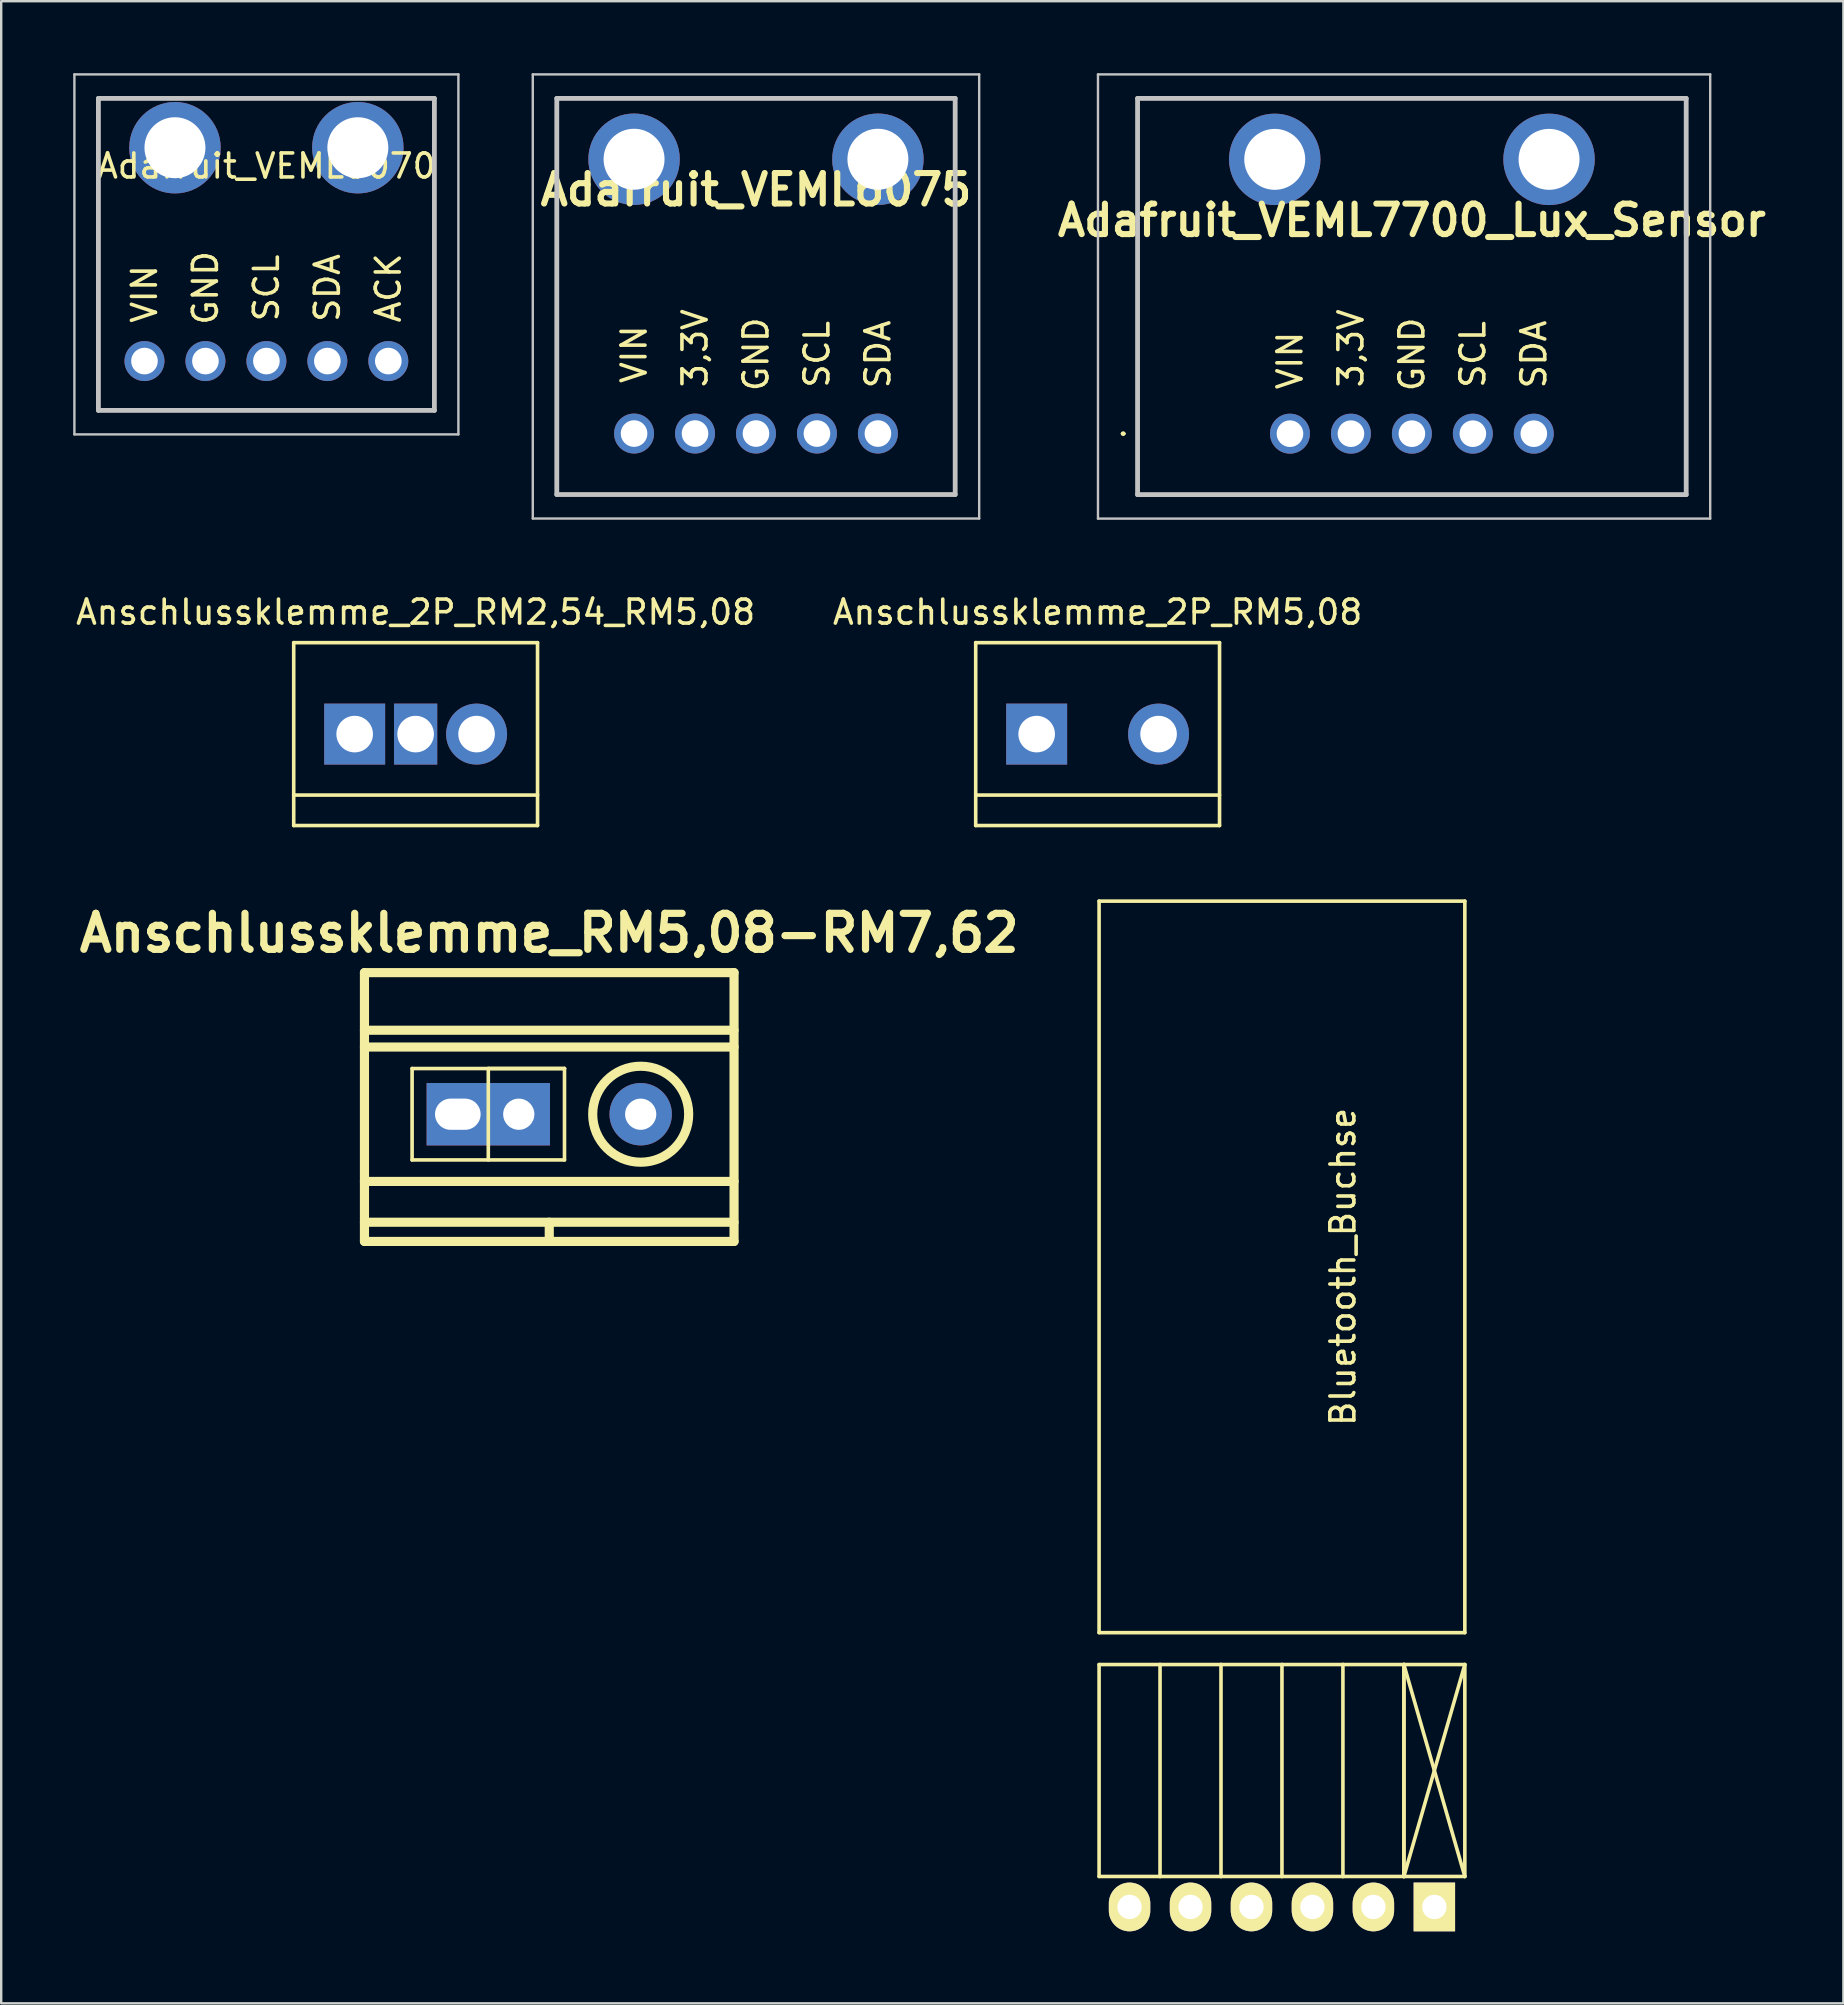
<source format=kicad_pcb>
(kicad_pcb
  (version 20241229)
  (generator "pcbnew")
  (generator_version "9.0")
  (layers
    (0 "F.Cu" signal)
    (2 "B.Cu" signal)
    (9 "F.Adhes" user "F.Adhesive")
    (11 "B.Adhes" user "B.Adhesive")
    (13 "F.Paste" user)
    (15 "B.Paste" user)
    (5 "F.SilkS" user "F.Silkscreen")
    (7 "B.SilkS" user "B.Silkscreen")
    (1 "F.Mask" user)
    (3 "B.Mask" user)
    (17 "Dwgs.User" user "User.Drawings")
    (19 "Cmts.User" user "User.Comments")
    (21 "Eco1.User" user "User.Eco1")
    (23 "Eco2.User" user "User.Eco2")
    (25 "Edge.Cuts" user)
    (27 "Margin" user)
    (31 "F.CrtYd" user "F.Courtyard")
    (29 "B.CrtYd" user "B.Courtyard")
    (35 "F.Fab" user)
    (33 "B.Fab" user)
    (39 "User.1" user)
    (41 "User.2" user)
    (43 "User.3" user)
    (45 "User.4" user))
  (footprint "Anschlussklemme_RM5,08-RM7,62"
    (layer "F.Cu")
    (at 19.836 43.377)
    (property "Reference" "Anschlussklemme_RM5,08-RM7,62" (at 0 -7.55 0) (layer "F.SilkS") (effects (font (size 1.5 1.5) (thickness 0.3))))
    (fp_line (start -7.7 -5.9) (end -7.7 5.3) (stroke (width 0.381) (type solid)) (layer "F.SilkS"))
    (fp_line (start -7.7 -5.9) (end 7.7 -5.9) (stroke (width 0.381) (type solid)) (layer "F.SilkS"))
    (fp_line (start -7.7 -3.5) (end 7.7 -3.5) (stroke (width 0.381) (type solid)) (layer "F.SilkS"))
    (fp_line (start -7.7 -2.8) (end 7.7 -2.8) (stroke (width 0.381) (type solid)) (layer "F.SilkS"))
    (fp_line (start -7.7 2.8) (end 7.7 2.8) (stroke (width 0.381) (type solid)) (layer "F.SilkS"))
    (fp_line (start -7.7 4.5) (end 7.7 4.5) (stroke (width 0.381) (type solid)) (layer "F.SilkS"))
    (fp_line (start -7.7 5.3) (end 7.7 5.3) (stroke (width 0.381) (type solid)) (layer "F.SilkS"))
    (fp_line (start -5.715 -1.905) (end 0.635 -1.905) (stroke (width 0.15) (type solid)) (layer "F.SilkS"))
    (fp_line (start -5.715 1.905) (end -5.715 -1.905) (stroke (width 0.15) (type solid)) (layer "F.SilkS"))
    (fp_line (start -2.54 -1.905) (end -2.54 1.905) (stroke (width 0.15) (type solid)) (layer "F.SilkS"))
    (fp_line (start 0 4.5) (end 0 5.3) (stroke (width 0.381) (type solid)) (layer "F.SilkS"))
    (fp_line (start 0.635 -1.905) (end -2.54 -1.905) (stroke (width 0.15) (type solid)) (layer "F.SilkS"))
    (fp_line (start 0.635 -1.905) (end 0.635 1.905) (stroke (width 0.15) (type solid)) (layer "F.SilkS"))
    (fp_line (start 0.635 1.905) (end -5.715 1.905) (stroke (width 0.15) (type solid)) (layer "F.SilkS"))
    (fp_line (start 7.7 -5.9) (end 7.7 5.3) (stroke (width 0.381) (type solid)) (layer "F.SilkS"))
    (fp_circle (center 3.81 0) (end 1.81 0) (stroke (width 0.381) (type solid)) (fill no) (layer "F.SilkS"))
    (pad "1" thru_hole rect (at -3.81 0) (size 2.6 2.6) (drill oval 1.9 1.3) (layers "*.Cu" "*.Mask"))
    (pad "1" thru_hole rect (at -1.27 0) (size 2.6 2.6) (drill 1.3) (layers "*.Cu" "*.Mask"))
    (pad "2" thru_hole circle (at 3.81 0) (size 2.6 2.6) (drill 1.3) (layers "*.Cu" "*.Mask")))
  (footprint "Anschlussklemme_2P_RM5,08"
    (layer "F.Cu")
    (at 42.685 27.538)
    (property "Reference" "Anschlussklemme_2P_RM5,08" (at 0 -5.08 0) (layer "F.SilkS") (effects (font (size 1 1) (thickness 0.15))))
    (fp_line (start -5.08 -3.81) (end -5.08 3.81) (stroke (width 0.15) (type solid)) (layer "F.SilkS"))
    (fp_line (start -5.08 3.81) (end 5.08 3.81) (stroke (width 0.15) (type solid)) (layer "F.SilkS"))
    (fp_line (start 5.08 -3.81) (end -5.08 -3.81) (stroke (width 0.15) (type solid)) (layer "F.SilkS"))
    (fp_line (start 5.08 2.54) (end -5.08 2.54) (stroke (width 0.15) (type solid)) (layer "F.SilkS"))
    (fp_line (start 5.08 3.81) (end 5.08 -3.81) (stroke (width 0.15) (type solid)) (layer "F.SilkS"))
    (pad "1" thru_hole rect (at -2.54 0) (size 2.54 2.54) (drill 1.524) (layers "*.Cu" "*.Mask"))
    (pad "2" thru_hole circle (at 2.54 0) (size 2.54 2.54) (drill 1.524) (layers "*.Cu" "*.Mask")))
  (footprint "Adafruit_VEML7700_Lux_Sensor"
    (layer "F.Cu")
    (at 50.7 15.02)
    (property "Reference" "Adafruit_VEML7700_Lux_Sensor" (at 5.08 -8.89 180) (layer "F.SilkS") (effects (font (size 1.27 1.27) (thickness 0.254))))
    (attr through_hole)
    (fp_line (start -7 0) (end -7 0) (stroke (width 0.1) (type solid)) (layer "F.SilkS"))
    (fp_line (start -6.9 0) (end -6.9 0) (stroke (width 0.1) (type solid)) (layer "F.SilkS"))
    (fp_line (start -6.35 -13.97) (end 16.51 -13.97) (stroke (width 0.1) (type solid)) (layer "F.SilkS"))
    (fp_line (start -6.35 2.54) (end -6.35 -13.97) (stroke (width 0.1) (type solid)) (layer "F.SilkS"))
    (fp_line (start 16.51 -13.97) (end 16.51 2.54) (stroke (width 0.1) (type solid)) (layer "F.SilkS"))
    (fp_line (start 16.51 2.54) (end -6.35 2.54) (stroke (width 0.1) (type solid)) (layer "F.SilkS"))
    (fp_arc (start -7 0) (mid -6.95 -0.05) (end -6.9 0) (stroke (width 0.1) (type solid)) (layer "F.SilkS"))
    (fp_arc (start -6.9 0) (mid -6.95 0.05) (end -7 0) (stroke (width 0.1) (type solid)) (layer "F.SilkS"))
    (fp_line (start -8 -14.97) (end 17.51 -14.97) (stroke (width 0.1) (type solid)) (layer "Dwgs.User"))
    (fp_line (start -8 3.54) (end -8 -14.97) (stroke (width 0.1) (type solid)) (layer "Dwgs.User"))
    (fp_line (start -6.35 -13.97) (end 16.51 -13.97) (stroke (width 0.2) (type solid)) (layer "Dwgs.User"))
    (fp_line (start -6.35 2.54) (end -6.35 -13.97) (stroke (width 0.2) (type solid)) (layer "Dwgs.User"))
    (fp_line (start 16.51 -13.97) (end 16.51 2.54) (stroke (width 0.2) (type solid)) (layer "Dwgs.User"))
    (fp_line (start 16.51 2.54) (end -6.35 2.54) (stroke (width 0.2) (type solid)) (layer "Dwgs.User"))
    (fp_line (start 17.51 -14.97) (end 17.51 3.54) (stroke (width 0.1) (type solid)) (layer "Dwgs.User"))
    (fp_line (start 17.51 3.54) (end -8 3.54) (stroke (width 0.1) (type solid)) (layer "Dwgs.User"))
    (fp_text user "VIN" (at 0 -3.048 90) (layer "F.SilkS") (effects (font (size 1 1) (thickness 0.15))))
    (fp_text user "SDA" (at 10.16 -3.302 90) (layer "F.SilkS") (effects (font (size 1 1) (thickness 0.15))))
    (fp_text user "3,3V" (at 2.54 -3.556 90) (layer "F.SilkS") (effects (font (size 1 1) (thickness 0.15))))
    (fp_text user "SCL" (at 7.62 -3.302 90) (layer "F.SilkS") (effects (font (size 1 1) (thickness 0.15))))
    (fp_text user "GND" (at 5.08 -3.302 90) (layer "F.SilkS") (effects (font (size 1 1) (thickness 0.15))))
    (pad "1" thru_hole circle (at 0 0 90) (size 1.665 1.665) (drill 1.11) (layers "*.Cu" "*.Mask"))
    (pad "2" thru_hole circle (at 2.54 0 90) (size 1.665 1.665) (drill 1.11) (layers "*.Cu" "*.Mask"))
    (pad "3" thru_hole circle (at 5.08 0 90) (size 1.665 1.665) (drill 1.11) (layers "*.Cu" "*.Mask"))
    (pad "4" thru_hole circle (at 7.62 0 90) (size 1.665 1.665) (drill 1.11) (layers "*.Cu" "*.Mask"))
    (pad "5" thru_hole circle (at 10.16 0 90) (size 1.665 1.665) (drill 1.11) (layers "*.Cu" "*.Mask"))
    (pad "MH1" thru_hole circle (at -0.635 -11.43 90) (size 3.81 3.81) (drill 2.54) (layers "*.Cu" "*.Mask"))
    (pad "MH2" thru_hole circle (at 10.795 -11.43 90) (size 3.81 3.81) (drill 2.54) (layers "*.Cu" "*.Mask")))
  (footprint "Bluetooth_Buchse"
    (layer "F.Cu")
    (at 50.366 76.408)
    (property "Reference" "Bluetooth_Buchse" (at 2.54 -26.67 270) (layer "F.SilkS") (effects (font (size 1 1) (thickness 0.15))))
    (fp_line (start -7.62 -41.91) (end 7.62 -41.91) (stroke (width 0.15) (type solid)) (layer "F.SilkS"))
    (fp_line (start -7.62 -11.43) (end -7.62 -41.91) (stroke (width 0.15) (type solid)) (layer "F.SilkS"))
    (fp_line (start -7.62 -10.1) (end -7.62 -1.27) (stroke (width 0.15) (type solid)) (layer "F.SilkS"))
    (fp_line (start -5.08 -10.1) (end -7.62 -10.1) (stroke (width 0.15) (type solid)) (layer "F.SilkS"))
    (fp_line (start -5.08 -10.1) (end -5.08 -1.27) (stroke (width 0.15) (type solid)) (layer "F.SilkS"))
    (fp_line (start -5.08 -1.27) (end -7.62 -1.27) (stroke (width 0.15) (type solid)) (layer "F.SilkS"))
    (fp_line (start -2.54 -10.1) (end -5.08 -10.1) (stroke (width 0.15) (type solid)) (layer "F.SilkS"))
    (fp_line (start -2.54 -10.1) (end -2.54 -1.27) (stroke (width 0.15) (type solid)) (layer "F.SilkS"))
    (fp_line (start -2.54 -1.27) (end -5.08 -1.27) (stroke (width 0.15) (type solid)) (layer "F.SilkS"))
    (fp_line (start 0 -10.1) (end -2.54 -10.1) (stroke (width 0.15) (type solid)) (layer "F.SilkS"))
    (fp_line (start 0 -10.1) (end 0 -1.27) (stroke (width 0.15) (type solid)) (layer "F.SilkS"))
    (fp_line (start 0 -1.27) (end -2.54 -1.27) (stroke (width 0.15) (type solid)) (layer "F.SilkS"))
    (fp_line (start 2.54 -10.1) (end 0 -10.1) (stroke (width 0.15) (type solid)) (layer "F.SilkS"))
    (fp_line (start 2.54 -10.1) (end 2.54 -1.27) (stroke (width 0.15) (type solid)) (layer "F.SilkS"))
    (fp_line (start 2.54 -1.27) (end 0 -1.27) (stroke (width 0.15) (type solid)) (layer "F.SilkS"))
    (fp_line (start 5.08 -10.1) (end 2.54 -10.1) (stroke (width 0.15) (type solid)) (layer "F.SilkS"))
    (fp_line (start 5.08 -10.1) (end 5.08 -1.27) (stroke (width 0.15) (type solid)) (layer "F.SilkS"))
    (fp_line (start 5.08 -1.27) (end 2.54 -1.27) (stroke (width 0.15) (type solid)) (layer "F.SilkS"))
    (fp_line (start 5.08 -1.27) (end 5.08 -10.1) (stroke (width 0.15) (type solid)) (layer "F.SilkS"))
    (fp_line (start 7.62 -41.91) (end 7.62 -11.43) (stroke (width 0.15) (type solid)) (layer "F.SilkS"))
    (fp_line (start 7.62 -11.43) (end -7.62 -11.43) (stroke (width 0.15) (type solid)) (layer "F.SilkS"))
    (fp_line (start 7.62 -10.1) (end 5.08 -10.1) (stroke (width 0.15) (type solid)) (layer "F.SilkS"))
    (fp_line (start 7.62 -10.1) (end 5.08 -1.27) (stroke (width 0.15) (type solid)) (layer "F.SilkS"))
    (fp_line (start 7.62 -1.27) (end 5.08 -10.1) (stroke (width 0.15) (type solid)) (layer "F.SilkS"))
    (fp_line (start 7.62 -1.27) (end 5.08 -1.27) (stroke (width 0.15) (type solid)) (layer "F.SilkS"))
    (fp_line (start 7.62 -1.27) (end 7.62 -10.1) (stroke (width 0.15) (type solid)) (layer "F.SilkS"))
    (pad "1" thru_hole rect (at 6.35 0 180) (size 1.727 2.032) (drill 1.016) (layers "*.Cu" "*.Mask" "F.SilkS"))
    (pad "2" thru_hole oval (at 3.81 0 180) (size 1.727 2.032) (drill 1.016) (layers "*.Cu" "*.Mask" "F.SilkS"))
    (pad "3" thru_hole oval (at 1.27 0 180) (size 1.727 2.032) (drill 1.016) (layers "*.Cu" "*.Mask" "F.SilkS"))
    (pad "4" thru_hole oval (at -1.27 0 180) (size 1.727 2.032) (drill 1.016) (layers "*.Cu" "*.Mask" "F.SilkS"))
    (pad "5" thru_hole oval (at -3.81 0 180) (size 1.727 2.032) (drill 1.016) (layers "*.Cu" "*.Mask" "F.SilkS"))
    (pad "6" thru_hole oval (at -6.35 0 180) (size 1.727 2.032) (drill 1.016) (layers "*.Cu" "*.Mask" "F.SilkS")))
  (footprint "Anschlussklemme_2P_RM2,54_RM5,08"
    (layer "F.Cu")
    (at 14.268 27.538)
    (property "Reference" "Anschlussklemme_2P_RM2,54_RM5,08" (at 0 -5.08 0) (layer "F.SilkS") (effects (font (size 1 1) (thickness 0.15))))
    (fp_line (start -5.08 -3.81) (end -5.08 3.81) (stroke (width 0.15) (type solid)) (layer "F.SilkS"))
    (fp_line (start -5.08 3.81) (end 5.08 3.81) (stroke (width 0.15) (type solid)) (layer "F.SilkS"))
    (fp_line (start 5.08 -3.81) (end -5.08 -3.81) (stroke (width 0.15) (type solid)) (layer "F.SilkS"))
    (fp_line (start 5.08 2.54) (end -5.08 2.54) (stroke (width 0.15) (type solid)) (layer "F.SilkS"))
    (fp_line (start 5.08 3.81) (end 5.08 -3.81) (stroke (width 0.15) (type solid)) (layer "F.SilkS"))
    (pad "1" thru_hole rect (at -2.54 0) (size 2.54 2.54) (drill 1.524) (layers "*.Cu" "*.Mask"))
    (pad "1" thru_hole rect (at 0 0) (size 1.8 2.54) (drill 1.524) (layers "*.Cu" "*.Mask"))
    (pad "2" thru_hole circle (at 2.54 0) (size 2.54 2.54) (drill 1.524) (layers "*.Cu" "*.Mask")))
  (footprint "Adafruit_VEML6070"
    (layer "F.Cu")
    (at 2.97 11.995)
    (property "Reference" "Adafruit_VEML6070" (at 5.08 -8.128 0) (layer "F.SilkS") (effects (font (size 1 1) (thickness 0.15))))
    (attr through_hole)
    (fp_line (start -1.92 -10.945) (end 12.08 -10.945) (stroke (width 0.1) (type solid)) (layer "F.SilkS"))
    (fp_line (start -1.92 2.055) (end -1.92 -10.945) (stroke (width 0.1) (type solid)) (layer "F.SilkS"))
    (fp_line (start 12.08 -10.945) (end 12.08 2.055) (stroke (width 0.1) (type solid)) (layer "F.SilkS"))
    (fp_line (start 12.08 2.055) (end -1.92 2.055) (stroke (width 0.1) (type solid)) (layer "F.SilkS"))
    (fp_line (start -2.92 -11.945) (end 13.08 -11.945) (stroke (width 0.1) (type solid)) (layer "Dwgs.User"))
    (fp_line (start -2.92 3.055) (end -2.92 -11.945) (stroke (width 0.1) (type solid)) (layer "Dwgs.User"))
    (fp_line (start -1.92 -10.945) (end 12.08 -10.945) (stroke (width 0.2) (type solid)) (layer "Dwgs.User"))
    (fp_line (start -1.92 2.055) (end -1.92 -10.945) (stroke (width 0.2) (type solid)) (layer "Dwgs.User"))
    (fp_line (start 12.08 -10.945) (end 12.08 2.055) (stroke (width 0.2) (type solid)) (layer "Dwgs.User"))
    (fp_line (start 12.08 2.055) (end -1.92 2.055) (stroke (width 0.2) (type solid)) (layer "Dwgs.User"))
    (fp_line (start 13.08 -11.945) (end 13.08 3.055) (stroke (width 0.1) (type solid)) (layer "Dwgs.User"))
    (fp_line (start 13.08 3.055) (end -2.92 3.055) (stroke (width 0.1) (type solid)) (layer "Dwgs.User"))
    (fp_text user "VIN" (at 0 -2.794 270) (layer "F.SilkS") (effects (font (size 1 1) (thickness 0.15))))
    (fp_text user "SCL" (at 5.08 -3.048 270) (layer "F.SilkS") (effects (font (size 1 1) (thickness 0.15))))
    (fp_text user "ACK" (at 10.16 -3.048 270) (layer "F.SilkS") (effects (font (size 1 1) (thickness 0.15))))
    (fp_text user "SDA" (at 7.62 -3.048 270) (layer "F.SilkS") (effects (font (size 1 1) (thickness 0.15))))
    (fp_text user "GND" (at 2.54 -3.048 270) (layer "F.SilkS") (effects (font (size 1 1) (thickness 0.15))))
    (pad "1" thru_hole circle (at 0 0 90) (size 1.665 1.665) (drill 1.11) (layers "*.Cu" "*.Mask"))
    (pad "2" thru_hole circle (at 2.54 0 90) (size 1.665 1.665) (drill 1.11) (layers "*.Cu" "*.Mask"))
    (pad "3" thru_hole circle (at 5.08 0 90) (size 1.665 1.665) (drill 1.11) (layers "*.Cu" "*.Mask"))
    (pad "4" thru_hole circle (at 7.62 0 90) (size 1.665 1.665) (drill 1.11) (layers "*.Cu" "*.Mask"))
    (pad "5" thru_hole circle (at 10.16 0 90) (size 1.665 1.665) (drill 1.11) (layers "*.Cu" "*.Mask"))
    (pad "MH1" thru_hole circle (at 1.27 -8.89 90) (size 3.81 3.81) (drill 2.54) (layers "*.Cu" "*.Mask"))
    (pad "MH2" thru_hole circle (at 8.89 -8.89 90) (size 3.81 3.81) (drill 2.54) (layers "*.Cu" "*.Mask")))
  (footprint "Adafruit_VEML6075"
    (layer "F.Cu")
    (at 23.37 15.015)
    (property "Reference" "Adafruit_VEML6075" (at 5.08 -10.16 180) (layer "F.SilkS") (effects (font (size 1.27 1.27) (thickness 0.254))))
    (attr through_hole)
    (fp_line (start -3.22 -13.965) (end 13.38 -13.965) (stroke (width 0.1) (type solid)) (layer "F.SilkS"))
    (fp_line (start -3.22 2.54) (end -3.22 -13.965) (stroke (width 0.1) (type solid)) (layer "F.SilkS"))
    (fp_line (start 13.38 -13.965) (end 13.38 2.54) (stroke (width 0.1) (type solid)) (layer "F.SilkS"))
    (fp_line (start 13.38 2.54) (end -3.22 2.54) (stroke (width 0.1) (type solid)) (layer "F.SilkS"))
    (fp_line (start -4.22 -14.965) (end 14.38 -14.965) (stroke (width 0.1) (type solid)) (layer "Dwgs.User"))
    (fp_line (start -4.22 3.54) (end -4.22 -14.965) (stroke (width 0.1) (type solid)) (layer "Dwgs.User"))
    (fp_line (start -3.22 -13.965) (end 13.38 -13.965) (stroke (width 0.2) (type solid)) (layer "Dwgs.User"))
    (fp_line (start -3.22 2.54) (end -3.22 -13.965) (stroke (width 0.2) (type solid)) (layer "Dwgs.User"))
    (fp_line (start 13.38 -13.965) (end 13.38 2.54) (stroke (width 0.2) (type solid)) (layer "Dwgs.User"))
    (fp_line (start 13.38 2.54) (end -3.22 2.54) (stroke (width 0.2) (type solid)) (layer "Dwgs.User"))
    (fp_line (start 14.38 -14.965) (end 14.38 3.54) (stroke (width 0.1) (type solid)) (layer "Dwgs.User"))
    (fp_line (start 14.38 3.54) (end -4.22 3.54) (stroke (width 0.1) (type solid)) (layer "Dwgs.User"))
    (fp_text user "VIN" (at 0 -3.302 90) (layer "F.SilkS") (effects (font (size 1 1) (thickness 0.15))))
    (fp_text user "3,3V" (at 2.54 -3.556 90) (layer "F.SilkS") (effects (font (size 1 1) (thickness 0.15))))
    (fp_text user "SDA" (at 10.16 -3.302 90) (layer "F.SilkS") (effects (font (size 1 1) (thickness 0.15))))
    (fp_text user "GND" (at 5.08 -3.302 90) (layer "F.SilkS") (effects (font (size 1 1) (thickness 0.15))))
    (fp_text user "SCL" (at 7.62 -3.302 90) (layer "F.SilkS") (effects (font (size 1 1) (thickness 0.15))))
    (pad "1" thru_hole circle (at 0 0 90) (size 1.665 1.665) (drill 1.11) (layers "*.Cu" "*.Mask"))
    (pad "2" thru_hole circle (at 2.54 0 90) (size 1.665 1.665) (drill 1.11) (layers "*.Cu" "*.Mask"))
    (pad "3" thru_hole circle (at 5.08 0 90) (size 1.665 1.665) (drill 1.11) (layers "*.Cu" "*.Mask"))
    (pad "4" thru_hole circle (at 7.62 0 90) (size 1.665 1.665) (drill 1.11) (layers "*.Cu" "*.Mask"))
    (pad "5" thru_hole circle (at 10.16 0 90) (size 1.665 1.665) (drill 1.11) (layers "*.Cu" "*.Mask"))
    (pad "MH1" thru_hole circle (at 0 -11.43 90) (size 3.81 3.81) (drill 2.54) (layers "*.Cu" "*.Mask"))
    (pad "MH2" thru_hole circle (at 10.16 -11.43 90) (size 3.81 3.81) (drill 2.54) (layers "*.Cu" "*.Mask")))
  (gr_rect
    (start -3 -3)
    (end 73.76 80.424)
    (stroke (width 0.1) (type default))
    (fill no)
    (layer "Edge.Cuts")))
</source>
